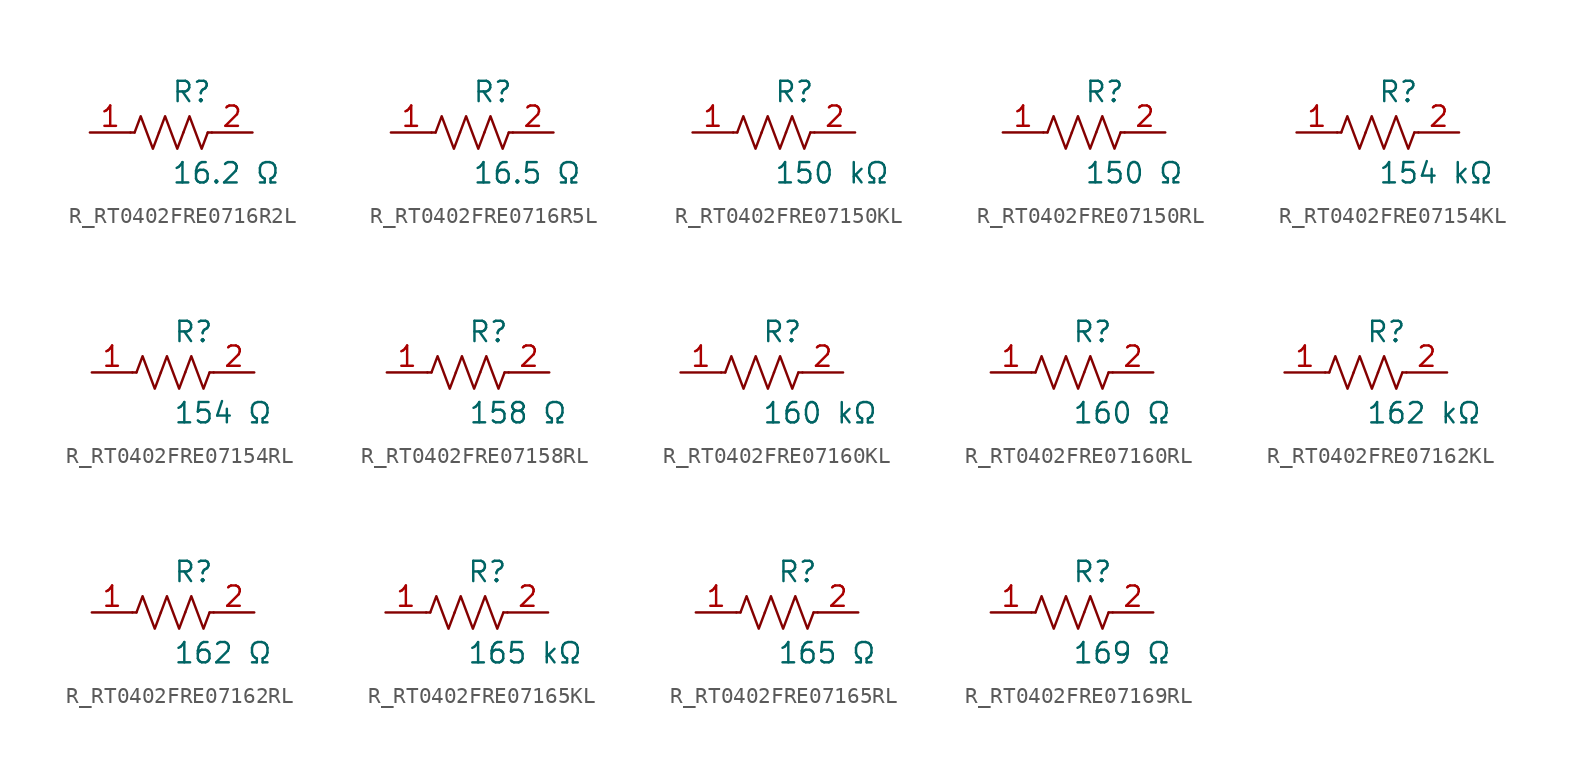
<source format=kicad_sym>
(kicad_symbol_lib
  (version 20231120)
  (generator kicad_symbol_editor)
  (generator_version 8.0)
  (symbol "R_RT0402FRE0716R2L"
    (pin_names
      (offset 0.254))
    (property "Reference" "R"
      (at 0.0 2.54 0)
      (effects (font (size 1.27 1.27)) (justify left)))
    (property "Value" "16.2 Ω"
      (at 0.0 -2.54 0)
      (effects (font (size 1.27 1.27)) (justify left)))
    (symbol "R_RT0402FRE0716R2L_0_1"
      (polyline (pts (xy 2.286 0) (xy 2.54 0)) (stroke (width 0) (type default)) (fill (type none)))
      (polyline (pts (xy -2.286 0) (xy -2.54 0)) (stroke (width 0) (type default)) (fill (type none)))
      (polyline (pts (xy 0.762 0) (xy 1.143 1.016) (xy 1.524 0) (xy 1.905 -1.016) (xy 2.286 0)) (stroke (width 0) (type default)) (fill (type none)))
      (polyline (pts (xy -0.762 0) (xy -0.381 1.016) (xy 0 0) (xy 0.381 -1.016) (xy 0.762 0)) (stroke (width 0) (type default)) (fill (type none)))
      (polyline (pts (xy -2.286 0) (xy -1.905 1.016) (xy -1.524 0) (xy -1.143 -1.016) (xy -0.762 0)) (stroke (width 0) (type default)) (fill (type none))))
    (pin unspecified line
      (at -5.08 0 0)
      (length 2.54)
      (name "" (effects (font (size 1.27 1.27))))
      (number "1" (effects (font (size 1.27 1.27)))))
    (pin unspecified line
      (at 5.08 0 180)
      (length 2.54)
      (name "" (effects (font (size 1.27 1.27))))
      (number "2" (effects (font (size 1.27 1.27))))))
  (symbol "R_RT0402FRE0716R5L"
    (pin_names
      (offset 0.254))
    (property "Reference" "R"
      (at 0.0 2.54 0)
      (effects (font (size 1.27 1.27)) (justify left)))
    (property "Value" "16.5 Ω"
      (at 0.0 -2.54 0)
      (effects (font (size 1.27 1.27)) (justify left)))
    (symbol "R_RT0402FRE0716R5L_0_1"
      (polyline (pts (xy 2.286 0) (xy 2.54 0)) (stroke (width 0) (type default)) (fill (type none)))
      (polyline (pts (xy -2.286 0) (xy -2.54 0)) (stroke (width 0) (type default)) (fill (type none)))
      (polyline (pts (xy 0.762 0) (xy 1.143 1.016) (xy 1.524 0) (xy 1.905 -1.016) (xy 2.286 0)) (stroke (width 0) (type default)) (fill (type none)))
      (polyline (pts (xy -0.762 0) (xy -0.381 1.016) (xy 0 0) (xy 0.381 -1.016) (xy 0.762 0)) (stroke (width 0) (type default)) (fill (type none)))
      (polyline (pts (xy -2.286 0) (xy -1.905 1.016) (xy -1.524 0) (xy -1.143 -1.016) (xy -0.762 0)) (stroke (width 0) (type default)) (fill (type none))))
    (pin unspecified line
      (at -5.08 0 0)
      (length 2.54)
      (name "" (effects (font (size 1.27 1.27))))
      (number "1" (effects (font (size 1.27 1.27)))))
    (pin unspecified line
      (at 5.08 0 180)
      (length 2.54)
      (name "" (effects (font (size 1.27 1.27))))
      (number "2" (effects (font (size 1.27 1.27))))))
  (symbol "R_RT0402FRE07150KL"
    (pin_names
      (offset 0.254))
    (property "Reference" "R"
      (at 0.0 2.54 0)
      (effects (font (size 1.27 1.27)) (justify left)))
    (property "Value" "150 kΩ"
      (at 0.0 -2.54 0)
      (effects (font (size 1.27 1.27)) (justify left)))
    (symbol "R_RT0402FRE07150KL_0_1"
      (polyline (pts (xy 2.286 0) (xy 2.54 0)) (stroke (width 0) (type default)) (fill (type none)))
      (polyline (pts (xy -2.286 0) (xy -2.54 0)) (stroke (width 0) (type default)) (fill (type none)))
      (polyline (pts (xy 0.762 0) (xy 1.143 1.016) (xy 1.524 0) (xy 1.905 -1.016) (xy 2.286 0)) (stroke (width 0) (type default)) (fill (type none)))
      (polyline (pts (xy -0.762 0) (xy -0.381 1.016) (xy 0 0) (xy 0.381 -1.016) (xy 0.762 0)) (stroke (width 0) (type default)) (fill (type none)))
      (polyline (pts (xy -2.286 0) (xy -1.905 1.016) (xy -1.524 0) (xy -1.143 -1.016) (xy -0.762 0)) (stroke (width 0) (type default)) (fill (type none))))
    (pin unspecified line
      (at -5.08 0 0)
      (length 2.54)
      (name "" (effects (font (size 1.27 1.27))))
      (number "1" (effects (font (size 1.27 1.27)))))
    (pin unspecified line
      (at 5.08 0 180)
      (length 2.54)
      (name "" (effects (font (size 1.27 1.27))))
      (number "2" (effects (font (size 1.27 1.27))))))
  (symbol "R_RT0402FRE07150RL"
    (pin_names
      (offset 0.254))
    (property "Reference" "R"
      (at 0.0 2.54 0)
      (effects (font (size 1.27 1.27)) (justify left)))
    (property "Value" "150 Ω"
      (at 0.0 -2.54 0)
      (effects (font (size 1.27 1.27)) (justify left)))
    (symbol "R_RT0402FRE07150RL_0_1"
      (polyline (pts (xy 2.286 0) (xy 2.54 0)) (stroke (width 0) (type default)) (fill (type none)))
      (polyline (pts (xy -2.286 0) (xy -2.54 0)) (stroke (width 0) (type default)) (fill (type none)))
      (polyline (pts (xy 0.762 0) (xy 1.143 1.016) (xy 1.524 0) (xy 1.905 -1.016) (xy 2.286 0)) (stroke (width 0) (type default)) (fill (type none)))
      (polyline (pts (xy -0.762 0) (xy -0.381 1.016) (xy 0 0) (xy 0.381 -1.016) (xy 0.762 0)) (stroke (width 0) (type default)) (fill (type none)))
      (polyline (pts (xy -2.286 0) (xy -1.905 1.016) (xy -1.524 0) (xy -1.143 -1.016) (xy -0.762 0)) (stroke (width 0) (type default)) (fill (type none))))
    (pin unspecified line
      (at -5.08 0 0)
      (length 2.54)
      (name "" (effects (font (size 1.27 1.27))))
      (number "1" (effects (font (size 1.27 1.27)))))
    (pin unspecified line
      (at 5.08 0 180)
      (length 2.54)
      (name "" (effects (font (size 1.27 1.27))))
      (number "2" (effects (font (size 1.27 1.27))))))
  (symbol "R_RT0402FRE07154KL"
    (pin_names
      (offset 0.254))
    (property "Reference" "R"
      (at 0.0 2.54 0)
      (effects (font (size 1.27 1.27)) (justify left)))
    (property "Value" "154 kΩ"
      (at 0.0 -2.54 0)
      (effects (font (size 1.27 1.27)) (justify left)))
    (symbol "R_RT0402FRE07154KL_0_1"
      (polyline (pts (xy 2.286 0) (xy 2.54 0)) (stroke (width 0) (type default)) (fill (type none)))
      (polyline (pts (xy -2.286 0) (xy -2.54 0)) (stroke (width 0) (type default)) (fill (type none)))
      (polyline (pts (xy 0.762 0) (xy 1.143 1.016) (xy 1.524 0) (xy 1.905 -1.016) (xy 2.286 0)) (stroke (width 0) (type default)) (fill (type none)))
      (polyline (pts (xy -0.762 0) (xy -0.381 1.016) (xy 0 0) (xy 0.381 -1.016) (xy 0.762 0)) (stroke (width 0) (type default)) (fill (type none)))
      (polyline (pts (xy -2.286 0) (xy -1.905 1.016) (xy -1.524 0) (xy -1.143 -1.016) (xy -0.762 0)) (stroke (width 0) (type default)) (fill (type none))))
    (pin unspecified line
      (at -5.08 0 0)
      (length 2.54)
      (name "" (effects (font (size 1.27 1.27))))
      (number "1" (effects (font (size 1.27 1.27)))))
    (pin unspecified line
      (at 5.08 0 180)
      (length 2.54)
      (name "" (effects (font (size 1.27 1.27))))
      (number "2" (effects (font (size 1.27 1.27))))))
  (symbol "R_RT0402FRE07154RL"
    (pin_names
      (offset 0.254))
    (property "Reference" "R"
      (at 0.0 2.54 0)
      (effects (font (size 1.27 1.27)) (justify left)))
    (property "Value" "154 Ω"
      (at 0.0 -2.54 0)
      (effects (font (size 1.27 1.27)) (justify left)))
    (symbol "R_RT0402FRE07154RL_0_1"
      (polyline (pts (xy 2.286 0) (xy 2.54 0)) (stroke (width 0) (type default)) (fill (type none)))
      (polyline (pts (xy -2.286 0) (xy -2.54 0)) (stroke (width 0) (type default)) (fill (type none)))
      (polyline (pts (xy 0.762 0) (xy 1.143 1.016) (xy 1.524 0) (xy 1.905 -1.016) (xy 2.286 0)) (stroke (width 0) (type default)) (fill (type none)))
      (polyline (pts (xy -0.762 0) (xy -0.381 1.016) (xy 0 0) (xy 0.381 -1.016) (xy 0.762 0)) (stroke (width 0) (type default)) (fill (type none)))
      (polyline (pts (xy -2.286 0) (xy -1.905 1.016) (xy -1.524 0) (xy -1.143 -1.016) (xy -0.762 0)) (stroke (width 0) (type default)) (fill (type none))))
    (pin unspecified line
      (at -5.08 0 0)
      (length 2.54)
      (name "" (effects (font (size 1.27 1.27))))
      (number "1" (effects (font (size 1.27 1.27)))))
    (pin unspecified line
      (at 5.08 0 180)
      (length 2.54)
      (name "" (effects (font (size 1.27 1.27))))
      (number "2" (effects (font (size 1.27 1.27))))))
  (symbol "R_RT0402FRE07158RL"
    (pin_names
      (offset 0.254))
    (property "Reference" "R"
      (at 0.0 2.54 0)
      (effects (font (size 1.27 1.27)) (justify left)))
    (property "Value" "158 Ω"
      (at 0.0 -2.54 0)
      (effects (font (size 1.27 1.27)) (justify left)))
    (symbol "R_RT0402FRE07158RL_0_1"
      (polyline (pts (xy 2.286 0) (xy 2.54 0)) (stroke (width 0) (type default)) (fill (type none)))
      (polyline (pts (xy -2.286 0) (xy -2.54 0)) (stroke (width 0) (type default)) (fill (type none)))
      (polyline (pts (xy 0.762 0) (xy 1.143 1.016) (xy 1.524 0) (xy 1.905 -1.016) (xy 2.286 0)) (stroke (width 0) (type default)) (fill (type none)))
      (polyline (pts (xy -0.762 0) (xy -0.381 1.016) (xy 0 0) (xy 0.381 -1.016) (xy 0.762 0)) (stroke (width 0) (type default)) (fill (type none)))
      (polyline (pts (xy -2.286 0) (xy -1.905 1.016) (xy -1.524 0) (xy -1.143 -1.016) (xy -0.762 0)) (stroke (width 0) (type default)) (fill (type none))))
    (pin unspecified line
      (at -5.08 0 0)
      (length 2.54)
      (name "" (effects (font (size 1.27 1.27))))
      (number "1" (effects (font (size 1.27 1.27)))))
    (pin unspecified line
      (at 5.08 0 180)
      (length 2.54)
      (name "" (effects (font (size 1.27 1.27))))
      (number "2" (effects (font (size 1.27 1.27))))))
  (symbol "R_RT0402FRE07160KL"
    (pin_names
      (offset 0.254))
    (property "Reference" "R"
      (at 0.0 2.54 0)
      (effects (font (size 1.27 1.27)) (justify left)))
    (property "Value" "160 kΩ"
      (at 0.0 -2.54 0)
      (effects (font (size 1.27 1.27)) (justify left)))
    (symbol "R_RT0402FRE07160KL_0_1"
      (polyline (pts (xy 2.286 0) (xy 2.54 0)) (stroke (width 0) (type default)) (fill (type none)))
      (polyline (pts (xy -2.286 0) (xy -2.54 0)) (stroke (width 0) (type default)) (fill (type none)))
      (polyline (pts (xy 0.762 0) (xy 1.143 1.016) (xy 1.524 0) (xy 1.905 -1.016) (xy 2.286 0)) (stroke (width 0) (type default)) (fill (type none)))
      (polyline (pts (xy -0.762 0) (xy -0.381 1.016) (xy 0 0) (xy 0.381 -1.016) (xy 0.762 0)) (stroke (width 0) (type default)) (fill (type none)))
      (polyline (pts (xy -2.286 0) (xy -1.905 1.016) (xy -1.524 0) (xy -1.143 -1.016) (xy -0.762 0)) (stroke (width 0) (type default)) (fill (type none))))
    (pin unspecified line
      (at -5.08 0 0)
      (length 2.54)
      (name "" (effects (font (size 1.27 1.27))))
      (number "1" (effects (font (size 1.27 1.27)))))
    (pin unspecified line
      (at 5.08 0 180)
      (length 2.54)
      (name "" (effects (font (size 1.27 1.27))))
      (number "2" (effects (font (size 1.27 1.27))))))
  (symbol "R_RT0402FRE07160RL"
    (pin_names
      (offset 0.254))
    (property "Reference" "R"
      (at 0.0 2.54 0)
      (effects (font (size 1.27 1.27)) (justify left)))
    (property "Value" "160 Ω"
      (at 0.0 -2.54 0)
      (effects (font (size 1.27 1.27)) (justify left)))
    (symbol "R_RT0402FRE07160RL_0_1"
      (polyline (pts (xy 2.286 0) (xy 2.54 0)) (stroke (width 0) (type default)) (fill (type none)))
      (polyline (pts (xy -2.286 0) (xy -2.54 0)) (stroke (width 0) (type default)) (fill (type none)))
      (polyline (pts (xy 0.762 0) (xy 1.143 1.016) (xy 1.524 0) (xy 1.905 -1.016) (xy 2.286 0)) (stroke (width 0) (type default)) (fill (type none)))
      (polyline (pts (xy -0.762 0) (xy -0.381 1.016) (xy 0 0) (xy 0.381 -1.016) (xy 0.762 0)) (stroke (width 0) (type default)) (fill (type none)))
      (polyline (pts (xy -2.286 0) (xy -1.905 1.016) (xy -1.524 0) (xy -1.143 -1.016) (xy -0.762 0)) (stroke (width 0) (type default)) (fill (type none))))
    (pin unspecified line
      (at -5.08 0 0)
      (length 2.54)
      (name "" (effects (font (size 1.27 1.27))))
      (number "1" (effects (font (size 1.27 1.27)))))
    (pin unspecified line
      (at 5.08 0 180)
      (length 2.54)
      (name "" (effects (font (size 1.27 1.27))))
      (number "2" (effects (font (size 1.27 1.27))))))
  (symbol "R_RT0402FRE07162KL"
    (pin_names
      (offset 0.254))
    (property "Reference" "R"
      (at 0.0 2.54 0)
      (effects (font (size 1.27 1.27)) (justify left)))
    (property "Value" "162 kΩ"
      (at 0.0 -2.54 0)
      (effects (font (size 1.27 1.27)) (justify left)))
    (symbol "R_RT0402FRE07162KL_0_1"
      (polyline (pts (xy 2.286 0) (xy 2.54 0)) (stroke (width 0) (type default)) (fill (type none)))
      (polyline (pts (xy -2.286 0) (xy -2.54 0)) (stroke (width 0) (type default)) (fill (type none)))
      (polyline (pts (xy 0.762 0) (xy 1.143 1.016) (xy 1.524 0) (xy 1.905 -1.016) (xy 2.286 0)) (stroke (width 0) (type default)) (fill (type none)))
      (polyline (pts (xy -0.762 0) (xy -0.381 1.016) (xy 0 0) (xy 0.381 -1.016) (xy 0.762 0)) (stroke (width 0) (type default)) (fill (type none)))
      (polyline (pts (xy -2.286 0) (xy -1.905 1.016) (xy -1.524 0) (xy -1.143 -1.016) (xy -0.762 0)) (stroke (width 0) (type default)) (fill (type none))))
    (pin unspecified line
      (at -5.08 0 0)
      (length 2.54)
      (name "" (effects (font (size 1.27 1.27))))
      (number "1" (effects (font (size 1.27 1.27)))))
    (pin unspecified line
      (at 5.08 0 180)
      (length 2.54)
      (name "" (effects (font (size 1.27 1.27))))
      (number "2" (effects (font (size 1.27 1.27))))))
  (symbol "R_RT0402FRE07162RL"
    (pin_names
      (offset 0.254))
    (property "Reference" "R"
      (at 0.0 2.54 0)
      (effects (font (size 1.27 1.27)) (justify left)))
    (property "Value" "162 Ω"
      (at 0.0 -2.54 0)
      (effects (font (size 1.27 1.27)) (justify left)))
    (symbol "R_RT0402FRE07162RL_0_1"
      (polyline (pts (xy 2.286 0) (xy 2.54 0)) (stroke (width 0) (type default)) (fill (type none)))
      (polyline (pts (xy -2.286 0) (xy -2.54 0)) (stroke (width 0) (type default)) (fill (type none)))
      (polyline (pts (xy 0.762 0) (xy 1.143 1.016) (xy 1.524 0) (xy 1.905 -1.016) (xy 2.286 0)) (stroke (width 0) (type default)) (fill (type none)))
      (polyline (pts (xy -0.762 0) (xy -0.381 1.016) (xy 0 0) (xy 0.381 -1.016) (xy 0.762 0)) (stroke (width 0) (type default)) (fill (type none)))
      (polyline (pts (xy -2.286 0) (xy -1.905 1.016) (xy -1.524 0) (xy -1.143 -1.016) (xy -0.762 0)) (stroke (width 0) (type default)) (fill (type none))))
    (pin unspecified line
      (at -5.08 0 0)
      (length 2.54)
      (name "" (effects (font (size 1.27 1.27))))
      (number "1" (effects (font (size 1.27 1.27)))))
    (pin unspecified line
      (at 5.08 0 180)
      (length 2.54)
      (name "" (effects (font (size 1.27 1.27))))
      (number "2" (effects (font (size 1.27 1.27))))))
  (symbol "R_RT0402FRE07165KL"
    (pin_names
      (offset 0.254))
    (property "Reference" "R"
      (at 0.0 2.54 0)
      (effects (font (size 1.27 1.27)) (justify left)))
    (property "Value" "165 kΩ"
      (at 0.0 -2.54 0)
      (effects (font (size 1.27 1.27)) (justify left)))
    (symbol "R_RT0402FRE07165KL_0_1"
      (polyline (pts (xy 2.286 0) (xy 2.54 0)) (stroke (width 0) (type default)) (fill (type none)))
      (polyline (pts (xy -2.286 0) (xy -2.54 0)) (stroke (width 0) (type default)) (fill (type none)))
      (polyline (pts (xy 0.762 0) (xy 1.143 1.016) (xy 1.524 0) (xy 1.905 -1.016) (xy 2.286 0)) (stroke (width 0) (type default)) (fill (type none)))
      (polyline (pts (xy -0.762 0) (xy -0.381 1.016) (xy 0 0) (xy 0.381 -1.016) (xy 0.762 0)) (stroke (width 0) (type default)) (fill (type none)))
      (polyline (pts (xy -2.286 0) (xy -1.905 1.016) (xy -1.524 0) (xy -1.143 -1.016) (xy -0.762 0)) (stroke (width 0) (type default)) (fill (type none))))
    (pin unspecified line
      (at -5.08 0 0)
      (length 2.54)
      (name "" (effects (font (size 1.27 1.27))))
      (number "1" (effects (font (size 1.27 1.27)))))
    (pin unspecified line
      (at 5.08 0 180)
      (length 2.54)
      (name "" (effects (font (size 1.27 1.27))))
      (number "2" (effects (font (size 1.27 1.27))))))
  (symbol "R_RT0402FRE07165RL"
    (pin_names
      (offset 0.254))
    (property "Reference" "R"
      (at 0.0 2.54 0)
      (effects (font (size 1.27 1.27)) (justify left)))
    (property "Value" "165 Ω"
      (at 0.0 -2.54 0)
      (effects (font (size 1.27 1.27)) (justify left)))
    (symbol "R_RT0402FRE07165RL_0_1"
      (polyline (pts (xy 2.286 0) (xy 2.54 0)) (stroke (width 0) (type default)) (fill (type none)))
      (polyline (pts (xy -2.286 0) (xy -2.54 0)) (stroke (width 0) (type default)) (fill (type none)))
      (polyline (pts (xy 0.762 0) (xy 1.143 1.016) (xy 1.524 0) (xy 1.905 -1.016) (xy 2.286 0)) (stroke (width 0) (type default)) (fill (type none)))
      (polyline (pts (xy -0.762 0) (xy -0.381 1.016) (xy 0 0) (xy 0.381 -1.016) (xy 0.762 0)) (stroke (width 0) (type default)) (fill (type none)))
      (polyline (pts (xy -2.286 0) (xy -1.905 1.016) (xy -1.524 0) (xy -1.143 -1.016) (xy -0.762 0)) (stroke (width 0) (type default)) (fill (type none))))
    (pin unspecified line
      (at -5.08 0 0)
      (length 2.54)
      (name "" (effects (font (size 1.27 1.27))))
      (number "1" (effects (font (size 1.27 1.27)))))
    (pin unspecified line
      (at 5.08 0 180)
      (length 2.54)
      (name "" (effects (font (size 1.27 1.27))))
      (number "2" (effects (font (size 1.27 1.27))))))
  (symbol "R_RT0402FRE07169RL"
    (pin_names
      (offset 0.254))
    (property "Reference" "R"
      (at 0.0 2.54 0)
      (effects (font (size 1.27 1.27)) (justify left)))
    (property "Value" "169 Ω"
      (at 0.0 -2.54 0)
      (effects (font (size 1.27 1.27)) (justify left)))
    (symbol "R_RT0402FRE07169RL_0_1"
      (polyline (pts (xy 2.286 0) (xy 2.54 0)) (stroke (width 0) (type default)) (fill (type none)))
      (polyline (pts (xy -2.286 0) (xy -2.54 0)) (stroke (width 0) (type default)) (fill (type none)))
      (polyline (pts (xy 0.762 0) (xy 1.143 1.016) (xy 1.524 0) (xy 1.905 -1.016) (xy 2.286 0)) (stroke (width 0) (type default)) (fill (type none)))
      (polyline (pts (xy -0.762 0) (xy -0.381 1.016) (xy 0 0) (xy 0.381 -1.016) (xy 0.762 0)) (stroke (width 0) (type default)) (fill (type none)))
      (polyline (pts (xy -2.286 0) (xy -1.905 1.016) (xy -1.524 0) (xy -1.143 -1.016) (xy -0.762 0)) (stroke (width 0) (type default)) (fill (type none))))
    (pin unspecified line
      (at -5.08 0 0)
      (length 2.54)
      (name "" (effects (font (size 1.27 1.27))))
      (number "1" (effects (font (size 1.27 1.27)))))
    (pin unspecified line
      (at 5.08 0 180)
      (length 2.54)
      (name "" (effects (font (size 1.27 1.27))))
      (number "2" (effects (font (size 1.27 1.27)))))))
</source>
